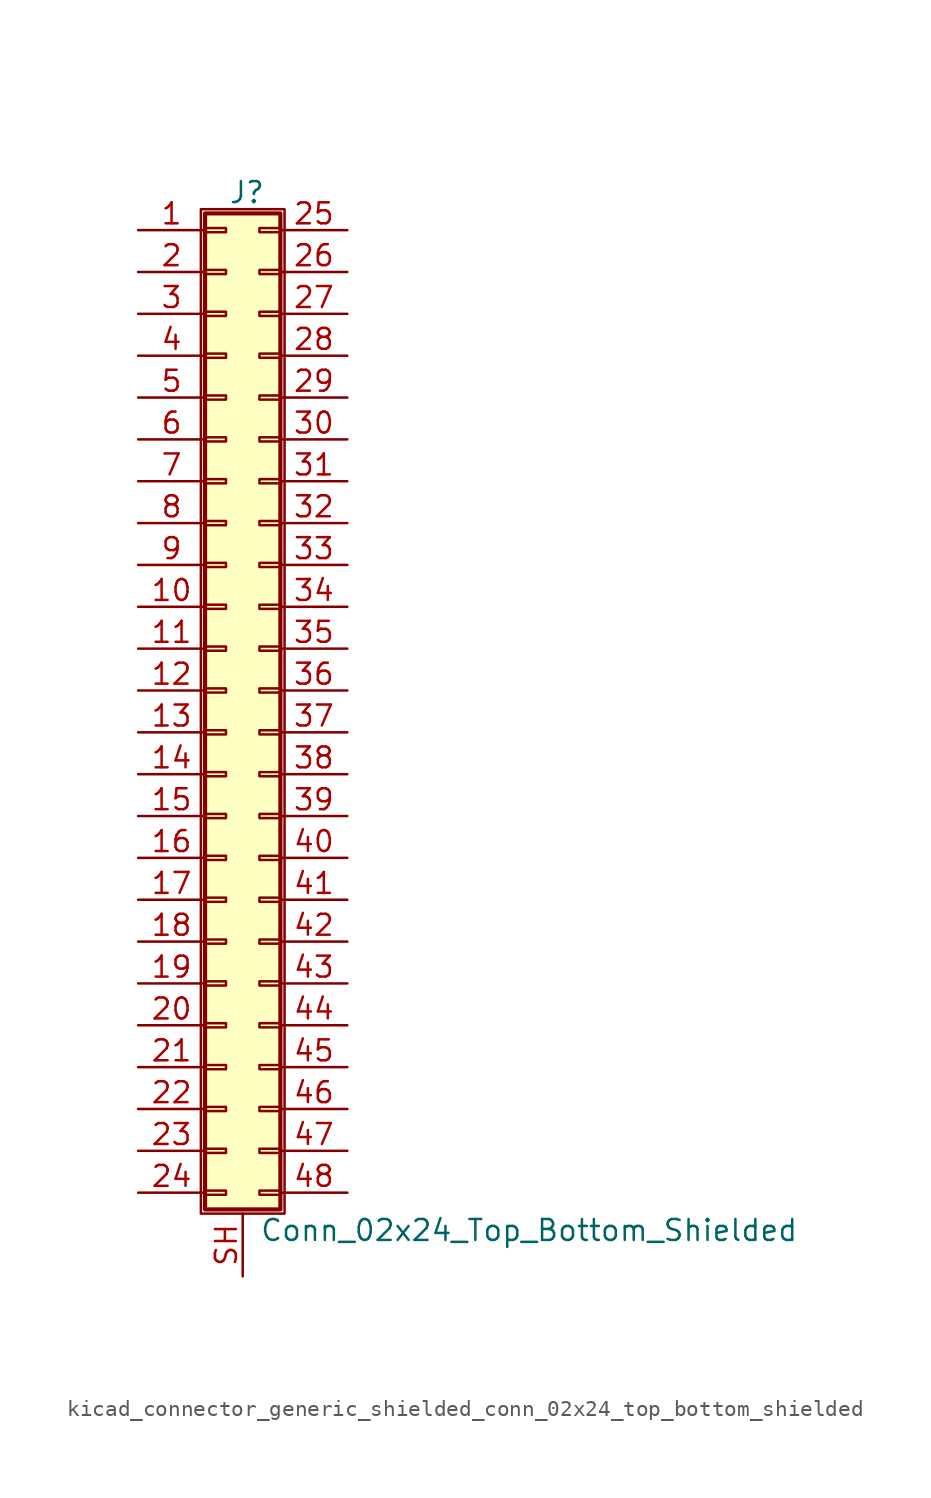
<source format=kicad_sym>
(kicad_symbol_lib
  (version 20220914)
  (generator kicad_symbol_editor)
  (symbol "kicad_connector_generic_shielded_conn_02x24_top_bottom_shielded"
    (pin_names
      (offset 1.016) hide)
    (property "Reference" "J"
      (at 1.524 30.226 0)
      (effects (font (size 1.27 1.27))))
    (property "Value" "Conn_02x24_Top_Bottom_Shielded"
      (at 2.286 -32.766 0)
      (effects (font (size 1.27 1.27)) (justify left)))
    (symbol "kicad_connector_generic_shielded_conn_02x24_top_bottom_shielded_1_1"
      (rectangle (start -1.27 29.21) (end 3.81 -31.75) (stroke (width 0.152) (type default)) (fill (type none)))
      (rectangle (start -1.016 -30.353) (end 0.254 -30.607) (stroke (width 0.152) (type default)) (fill (type none)))
      (rectangle (start -1.016 -27.813) (end 0.254 -28.067) (stroke (width 0.152) (type default)) (fill (type none)))
      (rectangle (start -1.016 -25.273) (end 0.254 -25.527) (stroke (width 0.152) (type default)) (fill (type none)))
      (rectangle (start -1.016 -22.733) (end 0.254 -22.987) (stroke (width 0.152) (type default)) (fill (type none)))
      (rectangle (start -1.016 -20.193) (end 0.254 -20.447) (stroke (width 0.152) (type default)) (fill (type none)))
      (rectangle (start -1.016 -17.653) (end 0.254 -17.907) (stroke (width 0.152) (type default)) (fill (type none)))
      (rectangle (start -1.016 -15.113) (end 0.254 -15.367) (stroke (width 0.152) (type default)) (fill (type none)))
      (rectangle (start -1.016 -12.573) (end 0.254 -12.827) (stroke (width 0.152) (type default)) (fill (type none)))
      (rectangle (start -1.016 -10.033) (end 0.254 -10.287) (stroke (width 0.152) (type default)) (fill (type none)))
      (rectangle (start -1.016 -7.493) (end 0.254 -7.747) (stroke (width 0.152) (type default)) (fill (type none)))
      (rectangle (start -1.016 -4.953) (end 0.254 -5.207) (stroke (width 0.152) (type default)) (fill (type none)))
      (rectangle (start -1.016 -2.413) (end 0.254 -2.667) (stroke (width 0.152) (type default)) (fill (type none)))
      (rectangle (start -1.016 0.127) (end 0.254 -0.127) (stroke (width 0.152) (type default)) (fill (type none)))
      (rectangle (start -1.016 2.667) (end 0.254 2.413) (stroke (width 0.152) (type default)) (fill (type none)))
      (rectangle (start -1.016 5.207) (end 0.254 4.953) (stroke (width 0.152) (type default)) (fill (type none)))
      (rectangle (start -1.016 7.747) (end 0.254 7.493) (stroke (width 0.152) (type default)) (fill (type none)))
      (rectangle (start -1.016 10.287) (end 0.254 10.033) (stroke (width 0.152) (type default)) (fill (type none)))
      (rectangle (start -1.016 12.827) (end 0.254 12.573) (stroke (width 0.152) (type default)) (fill (type none)))
      (rectangle (start -1.016 15.367) (end 0.254 15.113) (stroke (width 0.152) (type default)) (fill (type none)))
      (rectangle (start -1.016 17.907) (end 0.254 17.653) (stroke (width 0.152) (type default)) (fill (type none)))
      (rectangle (start -1.016 20.447) (end 0.254 20.193) (stroke (width 0.152) (type default)) (fill (type none)))
      (rectangle (start -1.016 22.987) (end 0.254 22.733) (stroke (width 0.152) (type default)) (fill (type none)))
      (rectangle (start -1.016 25.527) (end 0.254 25.273) (stroke (width 0.152) (type default)) (fill (type none)))
      (rectangle (start -1.016 28.067) (end 0.254 27.813) (stroke (width 0.152) (type default)) (fill (type none)))
      (rectangle (start -1.016 28.956) (end 3.556 -31.496) (stroke (width 0.254) (type default)) (fill (type background)))
      (rectangle (start 3.556 -30.353) (end 2.286 -30.607) (stroke (width 0.152) (type default)) (fill (type none)))
      (rectangle (start 3.556 -27.813) (end 2.286 -28.067) (stroke (width 0.152) (type default)) (fill (type none)))
      (rectangle (start 3.556 -25.273) (end 2.286 -25.527) (stroke (width 0.152) (type default)) (fill (type none)))
      (rectangle (start 3.556 -22.733) (end 2.286 -22.987) (stroke (width 0.152) (type default)) (fill (type none)))
      (rectangle (start 3.556 -20.193) (end 2.286 -20.447) (stroke (width 0.152) (type default)) (fill (type none)))
      (rectangle (start 3.556 -17.653) (end 2.286 -17.907) (stroke (width 0.152) (type default)) (fill (type none)))
      (rectangle (start 3.556 -15.113) (end 2.286 -15.367) (stroke (width 0.152) (type default)) (fill (type none)))
      (rectangle (start 3.556 -12.573) (end 2.286 -12.827) (stroke (width 0.152) (type default)) (fill (type none)))
      (rectangle (start 3.556 -10.033) (end 2.286 -10.287) (stroke (width 0.152) (type default)) (fill (type none)))
      (rectangle (start 3.556 -7.493) (end 2.286 -7.747) (stroke (width 0.152) (type default)) (fill (type none)))
      (rectangle (start 3.556 -4.953) (end 2.286 -5.207) (stroke (width 0.152) (type default)) (fill (type none)))
      (rectangle (start 3.556 -2.413) (end 2.286 -2.667) (stroke (width 0.152) (type default)) (fill (type none)))
      (rectangle (start 3.556 0.127) (end 2.286 -0.127) (stroke (width 0.152) (type default)) (fill (type none)))
      (rectangle (start 3.556 2.667) (end 2.286 2.413) (stroke (width 0.152) (type default)) (fill (type none)))
      (rectangle (start 3.556 5.207) (end 2.286 4.953) (stroke (width 0.152) (type default)) (fill (type none)))
      (rectangle (start 3.556 7.747) (end 2.286 7.493) (stroke (width 0.152) (type default)) (fill (type none)))
      (rectangle (start 3.556 10.287) (end 2.286 10.033) (stroke (width 0.152) (type default)) (fill (type none)))
      (rectangle (start 3.556 12.827) (end 2.286 12.573) (stroke (width 0.152) (type default)) (fill (type none)))
      (rectangle (start 3.556 15.367) (end 2.286 15.113) (stroke (width 0.152) (type default)) (fill (type none)))
      (rectangle (start 3.556 17.907) (end 2.286 17.653) (stroke (width 0.152) (type default)) (fill (type none)))
      (rectangle (start 3.556 20.447) (end 2.286 20.193) (stroke (width 0.152) (type default)) (fill (type none)))
      (rectangle (start 3.556 22.987) (end 2.286 22.733) (stroke (width 0.152) (type default)) (fill (type none)))
      (rectangle (start 3.556 25.527) (end 2.286 25.273) (stroke (width 0.152) (type default)) (fill (type none)))
      (rectangle (start 3.556 28.067) (end 2.286 27.813) (stroke (width 0.152) (type default)) (fill (type none)))
      (pin passive line (at -5.08 27.94 0) (length 4.064) (name "Pin_1" (effects (font (size 1.27 1.27)))) (number "1" (effects (font (size 1.27 1.27)))))
      (pin passive line (at -5.08 5.08 0) (length 4.064) (name "Pin_10" (effects (font (size 1.27 1.27)))) (number "10" (effects (font (size 1.27 1.27)))))
      (pin passive line (at -5.08 2.54 0) (length 4.064) (name "Pin_11" (effects (font (size 1.27 1.27)))) (number "11" (effects (font (size 1.27 1.27)))))
      (pin passive line (at -5.08 0 0) (length 4.064) (name "Pin_12" (effects (font (size 1.27 1.27)))) (number "12" (effects (font (size 1.27 1.27)))))
      (pin passive line (at -5.08 -2.54 0) (length 4.064) (name "Pin_13" (effects (font (size 1.27 1.27)))) (number "13" (effects (font (size 1.27 1.27)))))
      (pin passive line (at -5.08 -5.08 0) (length 4.064) (name "Pin_14" (effects (font (size 1.27 1.27)))) (number "14" (effects (font (size 1.27 1.27)))))
      (pin passive line (at -5.08 -7.62 0) (length 4.064) (name "Pin_15" (effects (font (size 1.27 1.27)))) (number "15" (effects (font (size 1.27 1.27)))))
      (pin passive line (at -5.08 -10.16 0) (length 4.064) (name "Pin_16" (effects (font (size 1.27 1.27)))) (number "16" (effects (font (size 1.27 1.27)))))
      (pin passive line (at -5.08 -12.7 0) (length 4.064) (name "Pin_17" (effects (font (size 1.27 1.27)))) (number "17" (effects (font (size 1.27 1.27)))))
      (pin passive line (at -5.08 -15.24 0) (length 4.064) (name "Pin_18" (effects (font (size 1.27 1.27)))) (number "18" (effects (font (size 1.27 1.27)))))
      (pin passive line (at -5.08 -17.78 0) (length 4.064) (name "Pin_19" (effects (font (size 1.27 1.27)))) (number "19" (effects (font (size 1.27 1.27)))))
      (pin passive line (at -5.08 25.4 0) (length 4.064) (name "Pin_2" (effects (font (size 1.27 1.27)))) (number "2" (effects (font (size 1.27 1.27)))))
      (pin passive line (at -5.08 -20.32 0) (length 4.064) (name "Pin_20" (effects (font (size 1.27 1.27)))) (number "20" (effects (font (size 1.27 1.27)))))
      (pin passive line (at -5.08 -22.86 0) (length 4.064) (name "Pin_21" (effects (font (size 1.27 1.27)))) (number "21" (effects (font (size 1.27 1.27)))))
      (pin passive line (at -5.08 -25.4 0) (length 4.064) (name "Pin_22" (effects (font (size 1.27 1.27)))) (number "22" (effects (font (size 1.27 1.27)))))
      (pin passive line (at -5.08 -27.94 0) (length 4.064) (name "Pin_23" (effects (font (size 1.27 1.27)))) (number "23" (effects (font (size 1.27 1.27)))))
      (pin passive line (at -5.08 -30.48 0) (length 4.064) (name "Pin_24" (effects (font (size 1.27 1.27)))) (number "24" (effects (font (size 1.27 1.27)))))
      (pin passive line (at 7.62 27.94 180) (length 4.064) (name "Pin_25" (effects (font (size 1.27 1.27)))) (number "25" (effects (font (size 1.27 1.27)))))
      (pin passive line (at 7.62 25.4 180) (length 4.064) (name "Pin_26" (effects (font (size 1.27 1.27)))) (number "26" (effects (font (size 1.27 1.27)))))
      (pin passive line (at 7.62 22.86 180) (length 4.064) (name "Pin_27" (effects (font (size 1.27 1.27)))) (number "27" (effects (font (size 1.27 1.27)))))
      (pin passive line (at 7.62 20.32 180) (length 4.064) (name "Pin_28" (effects (font (size 1.27 1.27)))) (number "28" (effects (font (size 1.27 1.27)))))
      (pin passive line (at 7.62 17.78 180) (length 4.064) (name "Pin_29" (effects (font (size 1.27 1.27)))) (number "29" (effects (font (size 1.27 1.27)))))
      (pin passive line (at -5.08 22.86 0) (length 4.064) (name "Pin_3" (effects (font (size 1.27 1.27)))) (number "3" (effects (font (size 1.27 1.27)))))
      (pin passive line (at 7.62 15.24 180) (length 4.064) (name "Pin_30" (effects (font (size 1.27 1.27)))) (number "30" (effects (font (size 1.27 1.27)))))
      (pin passive line (at 7.62 12.7 180) (length 4.064) (name "Pin_31" (effects (font (size 1.27 1.27)))) (number "31" (effects (font (size 1.27 1.27)))))
      (pin passive line (at 7.62 10.16 180) (length 4.064) (name "Pin_32" (effects (font (size 1.27 1.27)))) (number "32" (effects (font (size 1.27 1.27)))))
      (pin passive line (at 7.62 7.62 180) (length 4.064) (name "Pin_33" (effects (font (size 1.27 1.27)))) (number "33" (effects (font (size 1.27 1.27)))))
      (pin passive line (at 7.62 5.08 180) (length 4.064) (name "Pin_34" (effects (font (size 1.27 1.27)))) (number "34" (effects (font (size 1.27 1.27)))))
      (pin passive line (at 7.62 2.54 180) (length 4.064) (name "Pin_35" (effects (font (size 1.27 1.27)))) (number "35" (effects (font (size 1.27 1.27)))))
      (pin passive line (at 7.62 0 180) (length 4.064) (name "Pin_36" (effects (font (size 1.27 1.27)))) (number "36" (effects (font (size 1.27 1.27)))))
      (pin passive line (at 7.62 -2.54 180) (length 4.064) (name "Pin_37" (effects (font (size 1.27 1.27)))) (number "37" (effects (font (size 1.27 1.27)))))
      (pin passive line (at 7.62 -5.08 180) (length 4.064) (name "Pin_38" (effects (font (size 1.27 1.27)))) (number "38" (effects (font (size 1.27 1.27)))))
      (pin passive line (at 7.62 -7.62 180) (length 4.064) (name "Pin_39" (effects (font (size 1.27 1.27)))) (number "39" (effects (font (size 1.27 1.27)))))
      (pin passive line (at -5.08 20.32 0) (length 4.064) (name "Pin_4" (effects (font (size 1.27 1.27)))) (number "4" (effects (font (size 1.27 1.27)))))
      (pin passive line (at 7.62 -10.16 180) (length 4.064) (name "Pin_40" (effects (font (size 1.27 1.27)))) (number "40" (effects (font (size 1.27 1.27)))))
      (pin passive line (at 7.62 -12.7 180) (length 4.064) (name "Pin_41" (effects (font (size 1.27 1.27)))) (number "41" (effects (font (size 1.27 1.27)))))
      (pin passive line (at 7.62 -15.24 180) (length 4.064) (name "Pin_42" (effects (font (size 1.27 1.27)))) (number "42" (effects (font (size 1.27 1.27)))))
      (pin passive line (at 7.62 -17.78 180) (length 4.064) (name "Pin_43" (effects (font (size 1.27 1.27)))) (number "43" (effects (font (size 1.27 1.27)))))
      (pin passive line (at 7.62 -20.32 180) (length 4.064) (name "Pin_44" (effects (font (size 1.27 1.27)))) (number "44" (effects (font (size 1.27 1.27)))))
      (pin passive line (at 7.62 -22.86 180) (length 4.064) (name "Pin_45" (effects (font (size 1.27 1.27)))) (number "45" (effects (font (size 1.27 1.27)))))
      (pin passive line (at 7.62 -25.4 180) (length 4.064) (name "Pin_46" (effects (font (size 1.27 1.27)))) (number "46" (effects (font (size 1.27 1.27)))))
      (pin passive line (at 7.62 -27.94 180) (length 4.064) (name "Pin_47" (effects (font (size 1.27 1.27)))) (number "47" (effects (font (size 1.27 1.27)))))
      (pin passive line (at 7.62 -30.48 180) (length 4.064) (name "Pin_48" (effects (font (size 1.27 1.27)))) (number "48" (effects (font (size 1.27 1.27)))))
      (pin passive line (at -5.08 17.78 0) (length 4.064) (name "Pin_5" (effects (font (size 1.27 1.27)))) (number "5" (effects (font (size 1.27 1.27)))))
      (pin passive line (at -5.08 15.24 0) (length 4.064) (name "Pin_6" (effects (font (size 1.27 1.27)))) (number "6" (effects (font (size 1.27 1.27)))))
      (pin passive line (at -5.08 12.7 0) (length 4.064) (name "Pin_7" (effects (font (size 1.27 1.27)))) (number "7" (effects (font (size 1.27 1.27)))))
      (pin passive line (at -5.08 10.16 0) (length 4.064) (name "Pin_8" (effects (font (size 1.27 1.27)))) (number "8" (effects (font (size 1.27 1.27)))))
      (pin passive line (at -5.08 7.62 0) (length 4.064) (name "Pin_9" (effects (font (size 1.27 1.27)))) (number "9" (effects (font (size 1.27 1.27)))))
      (pin passive line (at 1.27 -35.56 90) (length 3.81) (name "Shield" (effects (font (size 1.27 1.27)))) (number "SH" (effects (font (size 1.27 1.27))))))))
</source>
